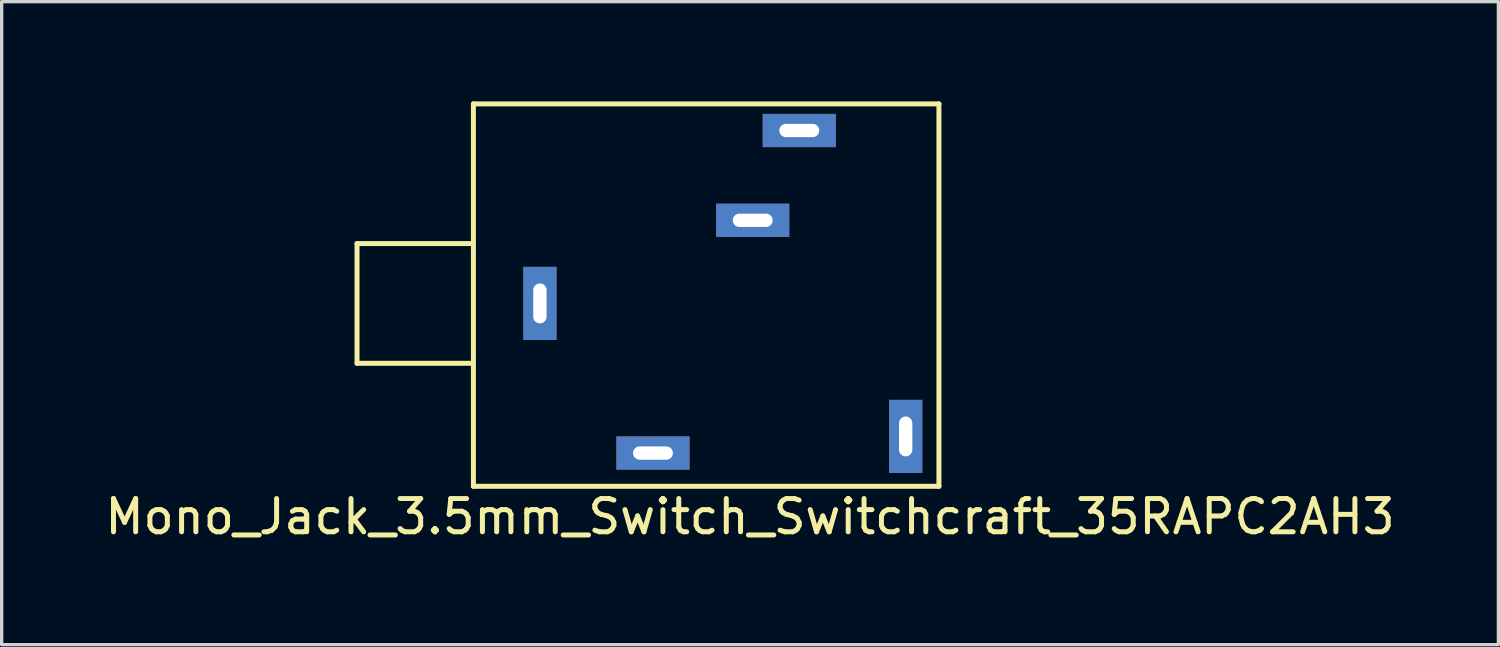
<source format=kicad_pcb>
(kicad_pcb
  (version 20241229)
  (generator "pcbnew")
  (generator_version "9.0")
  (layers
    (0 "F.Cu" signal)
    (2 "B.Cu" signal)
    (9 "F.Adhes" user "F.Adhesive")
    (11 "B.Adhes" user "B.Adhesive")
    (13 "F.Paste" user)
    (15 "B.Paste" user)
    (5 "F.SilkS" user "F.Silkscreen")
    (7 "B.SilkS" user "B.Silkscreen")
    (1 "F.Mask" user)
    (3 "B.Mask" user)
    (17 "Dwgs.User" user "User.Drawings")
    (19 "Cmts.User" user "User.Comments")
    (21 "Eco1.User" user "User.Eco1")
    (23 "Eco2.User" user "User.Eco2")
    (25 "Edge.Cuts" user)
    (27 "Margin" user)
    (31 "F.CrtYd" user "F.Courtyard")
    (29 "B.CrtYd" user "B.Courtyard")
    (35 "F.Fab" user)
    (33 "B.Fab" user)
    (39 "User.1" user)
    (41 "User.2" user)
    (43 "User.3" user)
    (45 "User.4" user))
  (footprint "Mono_Jack_3.5mm_Switch_Switchcraft_35RAPC2AH3"
    (layer "F.Cu")
    (at 11.187 6.075)
    (property "Reference" "Mono_Jack_3.5mm_Switch_Switchcraft_35RAPC2AH3" (at 8.319 6.413 0) (layer "F.SilkS") (effects (font (size 1 1) (thickness 0.15))))
    (attr through_hole)
    (fp_line (start -3.5 -1.8) (end -3.5 1.8) (stroke (width 0.15) (type solid)) (layer "F.SilkS"))
    (fp_line (start 0 -6) (end 14 -6) (stroke (width 0.15) (type solid)) (layer "F.SilkS"))
    (fp_line (start 0 -1.8) (end -3.5 -1.8) (stroke (width 0.15) (type solid)) (layer "F.SilkS"))
    (fp_line (start 0 1.8) (end -3.5 1.8) (stroke (width 0.15) (type solid)) (layer "F.SilkS"))
    (fp_line (start 0 5.5) (end 0 -6) (stroke (width 0.15) (type solid)) (layer "F.SilkS"))
    (fp_line (start 14 -6) (end 14 5.5) (stroke (width 0.15) (type solid)) (layer "F.SilkS"))
    (fp_line (start 14 5.5) (end 0 5.5) (stroke (width 0.15) (type solid)) (layer "F.SilkS"))
    (pad "1" thru_hole rect (at 2 0) (size 1 2.2) (drill oval 0.4 1.2) (layers "*.Cu" "*.Mask"))
    (pad "2" thru_hole rect (at 13 4) (size 1 2.2) (drill oval 0.4 1.2) (layers "*.Cu" "*.Mask"))
    (pad "3" thru_hole rect (at 5.4 4.5) (size 2.2 1) (drill oval 1.2 0.4) (layers "*.Cu" "*.Mask"))
    (pad "~" thru_hole rect (at 8.4 -2.5) (size 2.2 1) (drill oval 1.2 0.4) (layers "*.Cu" "*.Mask"))
    (pad "~" thru_hole rect (at 9.8 -5.2) (size 2.2 1) (drill oval 1.2 0.4) (layers "*.Cu" "*.Mask")))
  (gr_rect
    (start -3 -3)
    (end 42.012 16.337)
    (stroke (width 0.1) (type default))
    (fill no)
    (layer "Edge.Cuts")))
</source>
